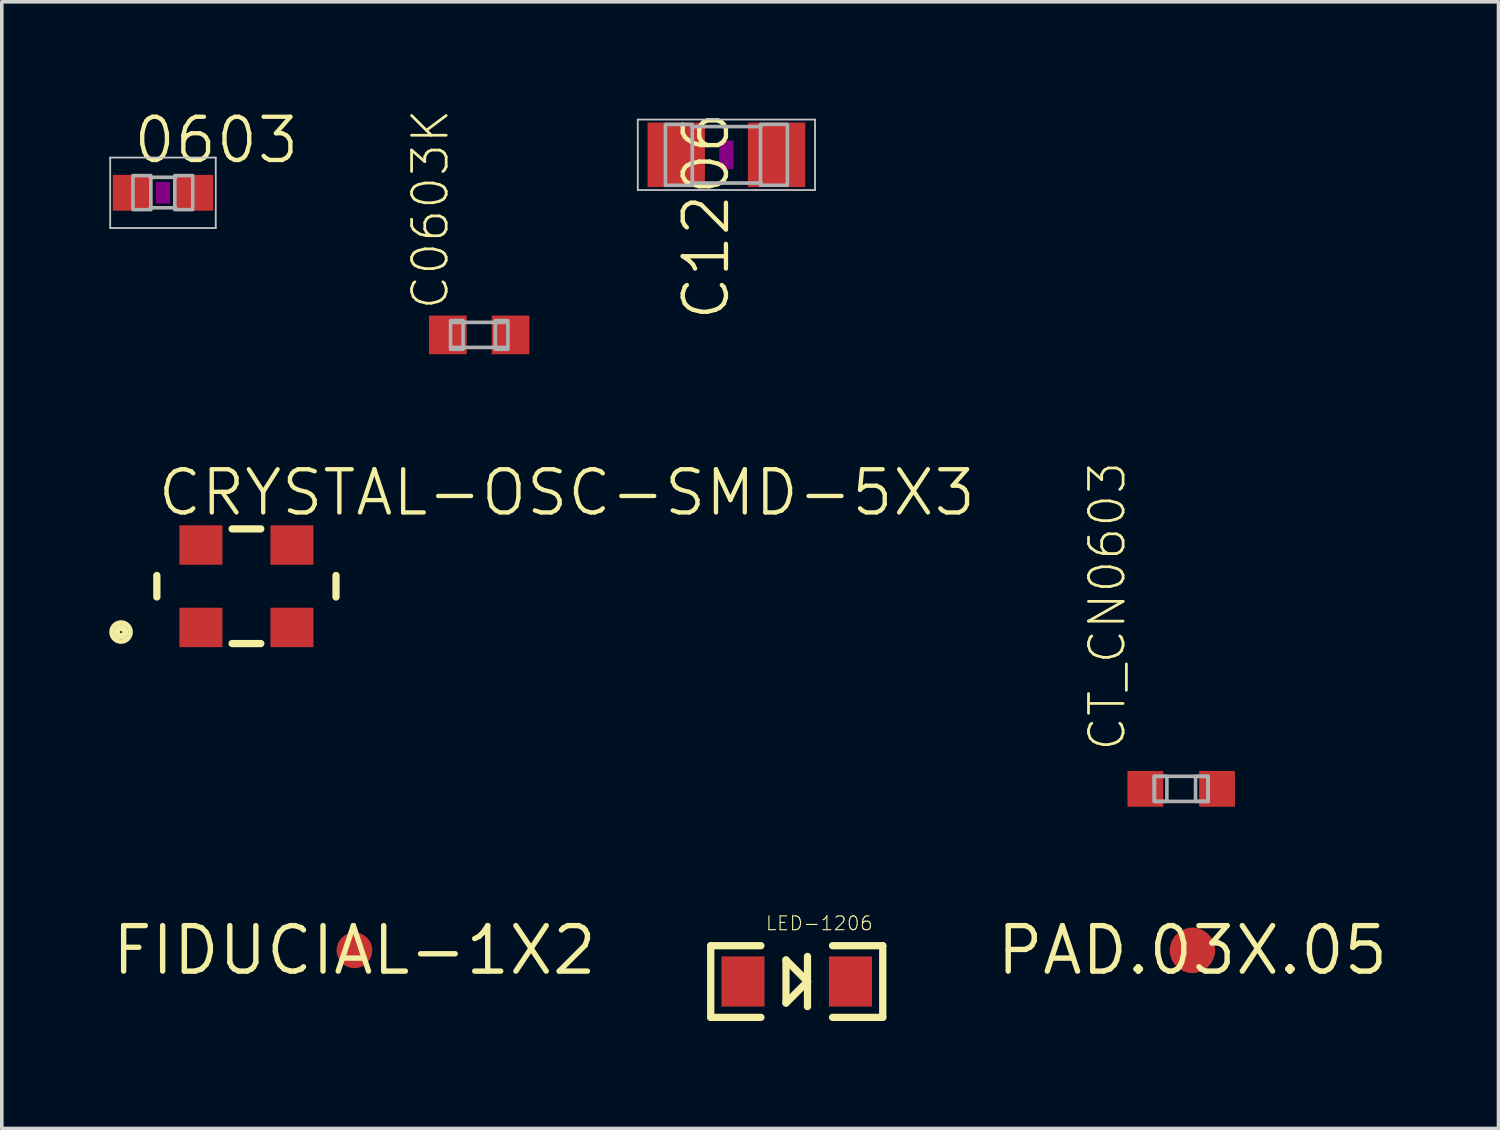
<source format=kicad_pcb>
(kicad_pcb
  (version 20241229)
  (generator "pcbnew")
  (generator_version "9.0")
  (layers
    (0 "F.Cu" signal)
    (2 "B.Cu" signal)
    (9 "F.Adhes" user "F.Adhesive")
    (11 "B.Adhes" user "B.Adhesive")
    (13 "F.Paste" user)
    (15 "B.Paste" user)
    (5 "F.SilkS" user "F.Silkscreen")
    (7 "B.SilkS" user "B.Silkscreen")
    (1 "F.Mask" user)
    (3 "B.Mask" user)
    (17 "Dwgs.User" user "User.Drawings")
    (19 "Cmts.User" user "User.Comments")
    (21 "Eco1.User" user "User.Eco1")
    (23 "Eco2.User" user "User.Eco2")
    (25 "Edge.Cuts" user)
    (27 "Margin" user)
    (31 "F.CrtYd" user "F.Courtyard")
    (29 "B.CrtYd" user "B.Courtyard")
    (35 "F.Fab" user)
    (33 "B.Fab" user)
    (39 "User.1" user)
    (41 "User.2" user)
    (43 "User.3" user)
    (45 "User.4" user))
  (footprint "CRYSTAL-OSC-SMD-5X3"
    (layer "F.Cu")
    (at 3.827 13.309)
    (property "Reference" "CRYSTAL-OSC-SMD-5X3" (at -2.54 -1.905 0) (layer "F.SilkS") (effects (font (size 1.206 1.206) (thickness 0.121)) (justify left bottom)))
    (attr through_hole)
    (fp_line (start -2.5 -0.3) (end -2.5 0.3) (stroke (width 0.203) (type solid)) (layer "F.SilkS"))
    (fp_line (start -0.4 -1.6) (end 0.4 -1.6) (stroke (width 0.203) (type solid)) (layer "F.SilkS"))
    (fp_line (start 0.4 1.6) (end -0.4 1.6) (stroke (width 0.203) (type solid)) (layer "F.SilkS"))
    (fp_line (start 2.5 -0.3) (end 2.5 0.3) (stroke (width 0.203) (type solid)) (layer "F.SilkS"))
    (fp_circle (center -3.499 1.279) (end -3.47 1.279) (stroke (width 0.127) (type solid)) (fill no) (layer "F.SilkS"))
    (fp_circle (center -3.499 1.279) (end -3.353 1.279) (stroke (width 0.127) (type solid)) (fill no) (layer "F.SilkS"))
    (fp_circle (center -3.499 1.279) (end -3.233 1.279) (stroke (width 0.127) (type solid)) (fill no) (layer "F.SilkS"))
    (pad "1" smd rect (at -1.27 1.15) (size 1.2 1.1) (layers "F.Cu" "F.Mask" "F.Paste"))
    (pad "2" smd rect (at 1.27 1.15) (size 1.2 1.1) (layers "F.Cu" "F.Mask" "F.Paste"))
    (pad "3" smd rect (at 1.27 -1.15) (size 1.2 1.1) (layers "F.Cu" "F.Mask" "F.Paste"))
    (pad "4" smd rect (at -1.27 -1.15) (size 1.2 1.1) (layers "F.Cu" "F.Mask" "F.Paste")))
  (footprint "C1206"
    (layer "F.Cu")
    (at 17.221 1.27)
    (property "Reference" "C1206" (at -1.27 -1.27 270) (layer "F.SilkS") (effects (font (size 1.206 1.206) (thickness 0.121)) (justify right top)))
    (attr through_hole)
    (fp_poly (pts (xy -0.2 0.4) (xy 0.2 0.4) (xy 0.2 -0.4) (xy -0.2 -0.4)) (stroke (width 0) (type solid)) (fill yes) (layer "F.Adhes"))
    (fp_line (start -2.473 -0.983) (end 2.473 -0.983) (stroke (width 0.051) (type solid)) (layer "Dwgs.User"))
    (fp_line (start -2.473 0.983) (end -2.473 -0.983) (stroke (width 0.051) (type solid)) (layer "Dwgs.User"))
    (fp_line (start 2.473 -0.983) (end 2.473 0.983) (stroke (width 0.051) (type solid)) (layer "Dwgs.User"))
    (fp_line (start 2.473 0.983) (end -2.473 0.983) (stroke (width 0.051) (type solid)) (layer "Dwgs.User"))
    (fp_line (start -0.965 -0.787) (end 0.965 -0.787) (stroke (width 0.102) (type solid)) (layer "F.Fab"))
    (fp_line (start -0.965 0.787) (end 0.965 0.787) (stroke (width 0.102) (type solid)) (layer "F.Fab"))
    (fp_poly (pts (xy -1.702 0.851) (xy -0.952 0.851) (xy -0.952 -0.849) (xy -1.702 -0.849)) (stroke (width 0.1) (type solid)) (fill no) (layer "F.Fab"))
    (fp_poly (pts (xy 0.952 0.849) (xy 1.702 0.849) (xy 1.702 -0.851) (xy 0.952 -0.851)) (stroke (width 0.1) (type solid)) (fill no) (layer "F.Fab"))
    (pad "1" smd rect (at -1.4 0) (size 1.6 1.8) (layers "F.Cu" "F.Mask" "F.Paste"))
    (pad "2" smd rect (at 1.4 0) (size 1.6 1.8) (layers "F.Cu" "F.Mask" "F.Paste")))
  (footprint "C0603K"
    (layer "F.Cu")
    (at 10.323 6.296)
    (property "Reference" "C0603K" (at -0.8 -0.65 90) (layer "F.SilkS") (effects (font (size 0.965 0.965) (thickness 0.077)) (justify left bottom)))
    (attr through_hole)
    (fp_line (start -0.725 -0.35) (end 0.725 -0.35) (stroke (width 0.102) (type solid)) (layer "F.Fab"))
    (fp_line (start 0.725 0.35) (end -0.725 0.35) (stroke (width 0.102) (type solid)) (layer "F.Fab"))
    (fp_poly (pts (xy -0.8 0.4) (xy -0.45 0.4) (xy -0.45 -0.4) (xy -0.8 -0.4)) (stroke (width 0.1) (type solid)) (fill no) (layer "F.Fab"))
    (fp_poly (pts (xy 0.45 0.4) (xy 0.8 0.4) (xy 0.8 -0.4) (xy 0.45 -0.4)) (stroke (width 0.1) (type solid)) (fill no) (layer "F.Fab"))
    (pad "1" smd rect (at -0.875 0) (size 1.05 1.08) (layers "F.Cu" "F.Mask" "F.Paste"))
    (pad "2" smd rect (at 0.875 0) (size 1.05 1.08) (layers "F.Cu" "F.Mask" "F.Paste")))
  (footprint "FIDUCIAL-1X2"
    (layer "F.Cu")
    (at 6.841 23.47)
    (property "Reference" "FIDUCIAL-1X2" (at 0 0 0) (layer "F.SilkS") (effects (font (size 1.27 1.27) (thickness 0.15))))
    (attr through_hole)
    (pad "1" smd roundrect (at 0 0) (size 1 1) (layers "F.Cu" "F.Mask") (roundrect_rratio 0.5)))
  (footprint "0603"
    (layer "F.Cu")
    (at 1.498 2.33)
    (property "Reference" "0603" (at -0.889 -0.762 180) (layer "F.SilkS") (effects (font (size 1.206 1.206) (thickness 0.121)) (justify left bottom)))
    (attr through_hole)
    (fp_poly (pts (xy -0.2 0.3) (xy 0.2 0.3) (xy 0.2 -0.3) (xy -0.2 -0.3)) (stroke (width 0) (type solid)) (fill yes) (layer "F.Adhes"))
    (fp_line (start -1.473 -0.983) (end 1.473 -0.983) (stroke (width 0.051) (type solid)) (layer "Dwgs.User"))
    (fp_line (start -1.473 0.983) (end -1.473 -0.983) (stroke (width 0.051) (type solid)) (layer "Dwgs.User"))
    (fp_line (start 1.473 -0.983) (end 1.473 0.983) (stroke (width 0.051) (type solid)) (layer "Dwgs.User"))
    (fp_line (start 1.473 0.983) (end -1.473 0.983) (stroke (width 0.051) (type solid)) (layer "Dwgs.User"))
    (fp_line (start -0.356 -0.432) (end 0.356 -0.432) (stroke (width 0.102) (type solid)) (layer "F.Fab"))
    (fp_line (start -0.356 0.419) (end 0.356 0.419) (stroke (width 0.102) (type solid)) (layer "F.Fab"))
    (fp_poly (pts (xy -0.838 0.47) (xy -0.338 0.47) (xy -0.338 -0.48) (xy -0.838 -0.48)) (stroke (width 0.1) (type solid)) (fill no) (layer "F.Fab"))
    (fp_poly (pts (xy 0.33 0.47) (xy 0.83 0.47) (xy 0.83 -0.48) (xy 0.33 -0.48)) (stroke (width 0.1) (type solid)) (fill no) (layer "F.Fab"))
    (pad "1" smd rect (at -0.85 0) (size 1.1 1) (layers "F.Cu" "F.Mask" "F.Paste"))
    (pad "2" smd rect (at 0.85 0) (size 1.1 1) (layers "F.Cu" "F.Mask" "F.Paste")))
  (footprint "LED-1206"
    (layer "F.Cu")
    (at 19.184 24.34)
    (property "Reference" "LED-1206" (at -0.889 -1.397 0) (layer "F.SilkS") (effects (font (size 0.386 0.386) (thickness 0.031)) (justify left bottom)))
    (attr through_hole)
    (fp_line (start -2.4 -1) (end -2.4 1) (stroke (width 0.203) (type solid)) (layer "F.SilkS"))
    (fp_line (start -2.4 1) (end -1 1) (stroke (width 0.203) (type solid)) (layer "F.SilkS"))
    (fp_line (start -1 -1) (end -2.4 -1) (stroke (width 0.203) (type solid)) (layer "F.SilkS"))
    (fp_line (start -0.3 -0.6) (end -0.3 0.6) (stroke (width 0.203) (type solid)) (layer "F.SilkS"))
    (fp_line (start -0.3 0.6) (end 0.3 0) (stroke (width 0.203) (type solid)) (layer "F.SilkS"))
    (fp_line (start 0.3 -0.7) (end 0.3 0) (stroke (width 0.203) (type solid)) (layer "F.SilkS"))
    (fp_line (start 0.3 0) (end -0.3 -0.6) (stroke (width 0.203) (type solid)) (layer "F.SilkS"))
    (fp_line (start 0.3 0) (end 0.3 0.7) (stroke (width 0.203) (type solid)) (layer "F.SilkS"))
    (fp_line (start 1 -1) (end 2.4 -1) (stroke (width 0.203) (type solid)) (layer "F.SilkS"))
    (fp_line (start 2.4 -1) (end 2.4 1) (stroke (width 0.203) (type solid)) (layer "F.SilkS"))
    (fp_line (start 2.4 1) (end 1 1) (stroke (width 0.203) (type solid)) (layer "F.SilkS"))
    (pad "A" smd rect (at -1.5 0) (size 1.2 1.4) (layers "F.Cu" "F.Mask" "F.Paste"))
    (pad "C" smd rect (at 1.5 0) (size 1.2 1.4) (layers "F.Cu" "F.Mask" "F.Paste")))
  (footprint "CT_CN0603"
    (layer "F.Cu")
    (at 29.913 18.964)
    (property "Reference" "CT_CN0603" (at -1.5 -1 90) (layer "F.SilkS") (effects (font (size 0.965 0.965) (thickness 0.077)) (justify left bottom)))
    (attr through_hole)
    (fp_line (start -0.75 -0.35) (end 0.75 -0.35) (stroke (width 0.102) (type solid)) (layer "F.Fab"))
    (fp_line (start -0.75 0.35) (end -0.75 -0.35) (stroke (width 0.102) (type solid)) (layer "F.Fab"))
    (fp_line (start 0.75 -0.35) (end 0.75 0.35) (stroke (width 0.102) (type solid)) (layer "F.Fab"))
    (fp_line (start 0.75 0.35) (end -0.75 0.35) (stroke (width 0.102) (type solid)) (layer "F.Fab"))
    (fp_poly (pts (xy -0.75 0.35) (xy -0.4 0.35) (xy -0.4 -0.35) (xy -0.75 -0.35)) (stroke (width 0.1) (type solid)) (fill no) (layer "F.Fab"))
    (fp_poly (pts (xy 0.75 -0.35) (xy 0.4 -0.35) (xy 0.4 0.35) (xy 0.75 0.35)) (stroke (width 0.1) (type solid)) (fill no) (layer "F.Fab"))
    (pad "1" smd rect (at -1 0) (size 1 1) (layers "F.Cu" "F.Mask" "F.Paste"))
    (pad "2" smd rect (at 1 0) (size 1 1) (layers "F.Cu" "F.Mask" "F.Paste")))
  (footprint "PAD.03X.05"
    (layer "F.Cu")
    (at 30.226 23.47)
    (property "Reference" "PAD.03X.05" (at 0 0 0) (layer "F.SilkS") (effects (font (size 1.27 1.27) (thickness 0.15))))
    (attr through_hole)
    (pad "P$1" smd roundrect (at 0 0) (size 1.27 1.27) (layers "F.Cu" "F.Mask") (roundrect_rratio 0.5)))
  (gr_rect
    (start -3 -3)
    (end 38.767 28.441)
    (stroke (width 0.1) (type default))
    (fill no)
    (layer "Edge.Cuts")))
</source>
